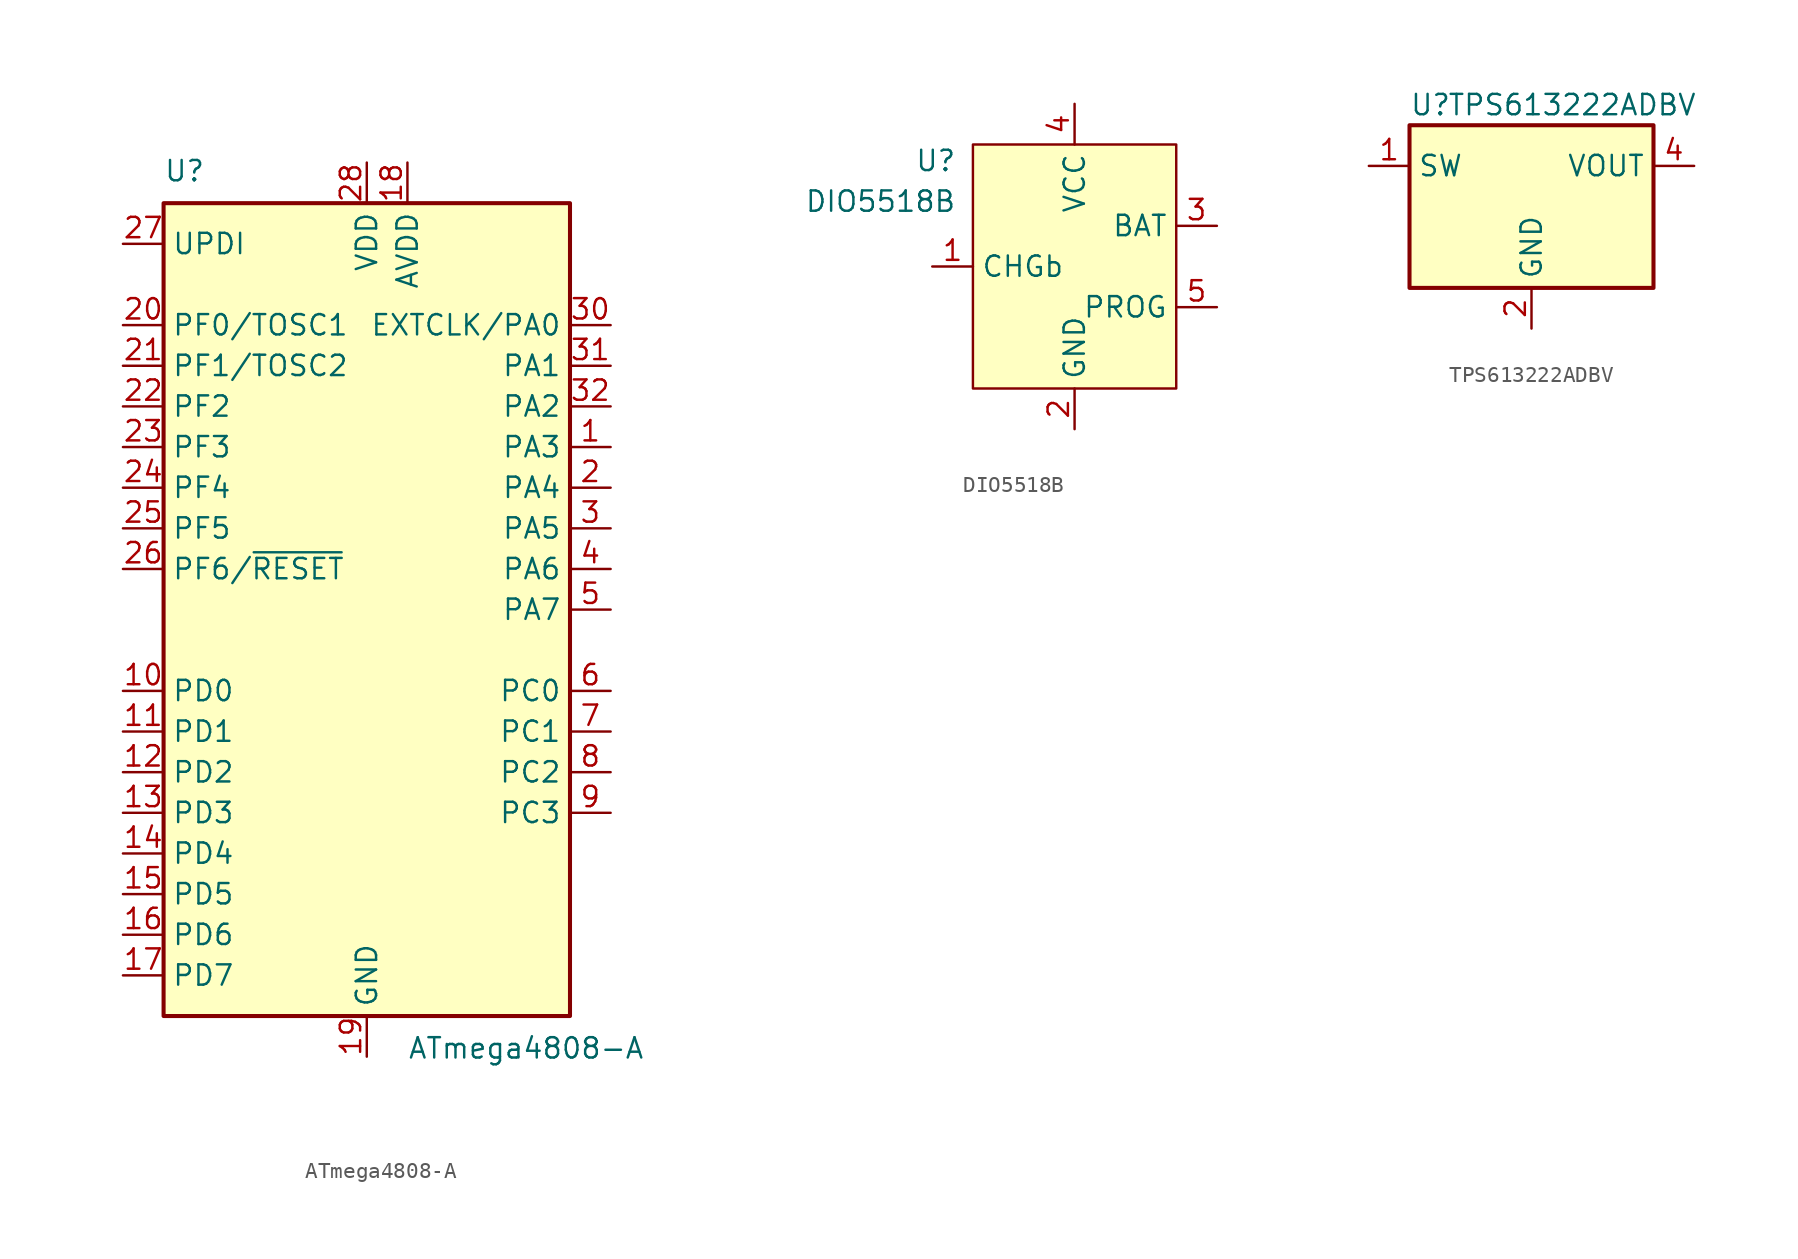
<source format=kicad_sym>
(kicad_symbol_lib
  (version 20231120)
  (generator "kicad_symbol_editor")
  (generator_version "8.0")
  (symbol "ATmega4808-A"
    (property "Reference" "U"
      (at -12.7 26.67 0)
      (effects (font (size 1.27 1.27)) (justify left bottom)))
    (property "Value" "ATmega4808-A"
      (at 2.54 -26.67 0)
      (effects (font (size 1.27 1.27)) (justify left top)))
    (symbol "ATmega4808-A_0_1"
      (rectangle (start -12.7 -25.4) (end 12.7 25.4) (stroke (width 0.254) (type default)) (fill (type background))))
    (symbol "ATmega4808-A_1_1"
      (pin bidirectional line (at 15.24 10.16 180) (length 2.54) (name "PA3" (effects (font (size 1.27 1.27)))) (number "1" (effects (font (size 1.27 1.27)))))
      (pin bidirectional line (at -15.24 -5.08 0) (length 2.54) (name "PD0" (effects (font (size 1.27 1.27)))) (number "10" (effects (font (size 1.27 1.27)))))
      (pin bidirectional line (at -15.24 -7.62 0) (length 2.54) (name "PD1" (effects (font (size 1.27 1.27)))) (number "11" (effects (font (size 1.27 1.27)))))
      (pin bidirectional line (at -15.24 -10.16 0) (length 2.54) (name "PD2" (effects (font (size 1.27 1.27)))) (number "12" (effects (font (size 1.27 1.27)))))
      (pin bidirectional line (at -15.24 -12.7 0) (length 2.54) (name "PD3" (effects (font (size 1.27 1.27)))) (number "13" (effects (font (size 1.27 1.27)))))
      (pin bidirectional line (at -15.24 -15.24 0) (length 2.54) (name "PD4" (effects (font (size 1.27 1.27)))) (number "14" (effects (font (size 1.27 1.27)))))
      (pin bidirectional line (at -15.24 -17.78 0) (length 2.54) (name "PD5" (effects (font (size 1.27 1.27)))) (number "15" (effects (font (size 1.27 1.27)))))
      (pin bidirectional line (at -15.24 -20.32 0) (length 2.54) (name "PD6" (effects (font (size 1.27 1.27)))) (number "16" (effects (font (size 1.27 1.27)))))
      (pin bidirectional line (at -15.24 -22.86 0) (length 2.54) (name "PD7" (effects (font (size 1.27 1.27)))) (number "17" (effects (font (size 1.27 1.27)))))
      (pin power_in line (at 2.54 27.94 270) (length 2.54) (name "AVDD" (effects (font (size 1.27 1.27)))) (number "18" (effects (font (size 1.27 1.27)))))
      (pin power_in line (at 0 -27.94 90) (length 2.54) (name "GND" (effects (font (size 1.27 1.27)))) (number "19" (effects (font (size 1.27 1.27)))))
      (pin bidirectional line (at 15.24 7.62 180) (length 2.54) (name "PA4" (effects (font (size 1.27 1.27)))) (number "2" (effects (font (size 1.27 1.27)))))
      (pin bidirectional line (at -15.24 17.78 0) (length 2.54) (name "PF0/TOSC1" (effects (font (size 1.27 1.27)))) (number "20" (effects (font (size 1.27 1.27)))))
      (pin bidirectional line (at -15.24 15.24 0) (length 2.54) (name "PF1/TOSC2" (effects (font (size 1.27 1.27)))) (number "21" (effects (font (size 1.27 1.27)))))
      (pin bidirectional line (at -15.24 12.7 0) (length 2.54) (name "PF2" (effects (font (size 1.27 1.27)))) (number "22" (effects (font (size 1.27 1.27)))))
      (pin bidirectional line (at -15.24 10.16 0) (length 2.54) (name "PF3" (effects (font (size 1.27 1.27)))) (number "23" (effects (font (size 1.27 1.27)))))
      (pin bidirectional line (at -15.24 7.62 0) (length 2.54) (name "PF4" (effects (font (size 1.27 1.27)))) (number "24" (effects (font (size 1.27 1.27)))))
      (pin bidirectional line (at -15.24 5.08 0) (length 2.54) (name "PF5" (effects (font (size 1.27 1.27)))) (number "25" (effects (font (size 1.27 1.27)))))
      (pin bidirectional line (at -15.24 2.54 0) (length 2.54) (name "PF6/~{RESET}" (effects (font (size 1.27 1.27)))) (number "26" (effects (font (size 1.27 1.27)))))
      (pin bidirectional line (at -15.24 22.86 0) (length 2.54) (name "UPDI" (effects (font (size 1.27 1.27)))) (number "27" (effects (font (size 1.27 1.27)))))
      (pin power_in line (at 0 27.94 270) (length 2.54) (name "VDD" (effects (font (size 1.27 1.27)))) (number "28" (effects (font (size 1.27 1.27)))))
      (pin passive line (at 0 -27.94 90) (length 2.54) hide (name "GND" (effects (font (size 1.27 1.27)))) (number "29" (effects (font (size 1.27 1.27)))))
      (pin bidirectional line (at 15.24 5.08 180) (length 2.54) (name "PA5" (effects (font (size 1.27 1.27)))) (number "3" (effects (font (size 1.27 1.27)))))
      (pin bidirectional line (at 15.24 17.78 180) (length 2.54) (name "EXTCLK/PA0" (effects (font (size 1.27 1.27)))) (number "30" (effects (font (size 1.27 1.27)))))
      (pin bidirectional line (at 15.24 15.24 180) (length 2.54) (name "PA1" (effects (font (size 1.27 1.27)))) (number "31" (effects (font (size 1.27 1.27)))))
      (pin bidirectional line (at 15.24 12.7 180) (length 2.54) (name "PA2" (effects (font (size 1.27 1.27)))) (number "32" (effects (font (size 1.27 1.27)))))
      (pin bidirectional line (at 15.24 2.54 180) (length 2.54) (name "PA6" (effects (font (size 1.27 1.27)))) (number "4" (effects (font (size 1.27 1.27)))))
      (pin bidirectional line (at 15.24 0 180) (length 2.54) (name "PA7" (effects (font (size 1.27 1.27)))) (number "5" (effects (font (size 1.27 1.27)))))
      (pin bidirectional line (at 15.24 -5.08 180) (length 2.54) (name "PC0" (effects (font (size 1.27 1.27)))) (number "6" (effects (font (size 1.27 1.27)))))
      (pin bidirectional line (at 15.24 -7.62 180) (length 2.54) (name "PC1" (effects (font (size 1.27 1.27)))) (number "7" (effects (font (size 1.27 1.27)))))
      (pin bidirectional line (at 15.24 -10.16 180) (length 2.54) (name "PC2" (effects (font (size 1.27 1.27)))) (number "8" (effects (font (size 1.27 1.27)))))
      (pin bidirectional line (at 15.24 -12.7 180) (length 2.54) (name "PC3" (effects (font (size 1.27 1.27)))) (number "9" (effects (font (size 1.27 1.27)))))))
  (symbol "DIO5518B"
    (property "Reference" "U"
      (at -7.366 6.604 0)
      (effects (font (size 1.27 1.27)) (justify right)))
    (property "Value" "DIO5518B"
      (at -7.366 4.064 0)
      (effects (font (size 1.27 1.27)) (justify right)))
    (symbol "DIO5518B_0_0"
      (pin open_collector line (at -8.89 0 0) (length 2.54) (name "CHGb" (effects (font (size 1.27 1.27)))) (number "1" (effects (font (size 1.27 1.27)))))
      (pin power_in line (at 0 -10.16 90) (length 2.54) (name "GND" (effects (font (size 1.27 1.27)))) (number "2" (effects (font (size 1.27 1.27)))))
      (pin power_out line (at 8.89 2.54 180) (length 2.54) (name "BAT" (effects (font (size 1.27 1.27)))) (number "3" (effects (font (size 1.27 1.27)))))
      (pin power_in line (at 0 10.16 270) (length 2.54) (name "VCC" (effects (font (size 1.27 1.27)))) (number "4" (effects (font (size 1.27 1.27)))))
      (pin input line (at 8.89 -2.54 180) (length 2.54) (name "PROG" (effects (font (size 1.27 1.27)))) (number "5" (effects (font (size 1.27 1.27))))))
    (symbol "DIO5518B_0_1"
      (rectangle (start -6.35 7.62) (end 6.35 -7.62) (stroke (width 0) (type default)) (fill (type background)))))
  (symbol "TPS613222ADBV"
    (property "Reference" "U"
      (at -7.62 6.35 0)
      (effects (font (size 1.27 1.27)) (justify left)))
    (property "Value" "TPS613222ADBV"
      (at 2.54 6.35 0)
      (effects (font (size 1.27 1.27))))
    (symbol "TPS613222ADBV_0_1"
      (rectangle (start -7.62 5.08) (end 7.62 -5.08) (stroke (width 0.254) (type default)) (fill (type background))))
    (symbol "TPS613222ADBV_1_1"
      (pin power_in line (at -10.16 2.54 0) (length 2.54) (name "SW" (effects (font (size 1.27 1.27)))) (number "1" (effects (font (size 1.27 1.27)))))
      (pin power_in line (at 0 -7.62 90) (length 2.54) (name "GND" (effects (font (size 1.27 1.27)))) (number "2" (effects (font (size 1.27 1.27)))))
      (pin no_connect line (at -7.62 -2.54 0) (length 2.54) hide (name "NC" (effects (font (size 1.27 1.27)))) (number "3" (effects (font (size 1.27 1.27)))))
      (pin power_out line (at 10.16 2.54 180) (length 2.54) (name "VOUT" (effects (font (size 1.27 1.27)))) (number "4" (effects (font (size 1.27 1.27)))))
      (pin no_connect line (at 7.62 -2.54 180) (length 2.54) hide (name "NC" (effects (font (size 1.27 1.27)))) (number "5" (effects (font (size 1.27 1.27))))))))
</source>
